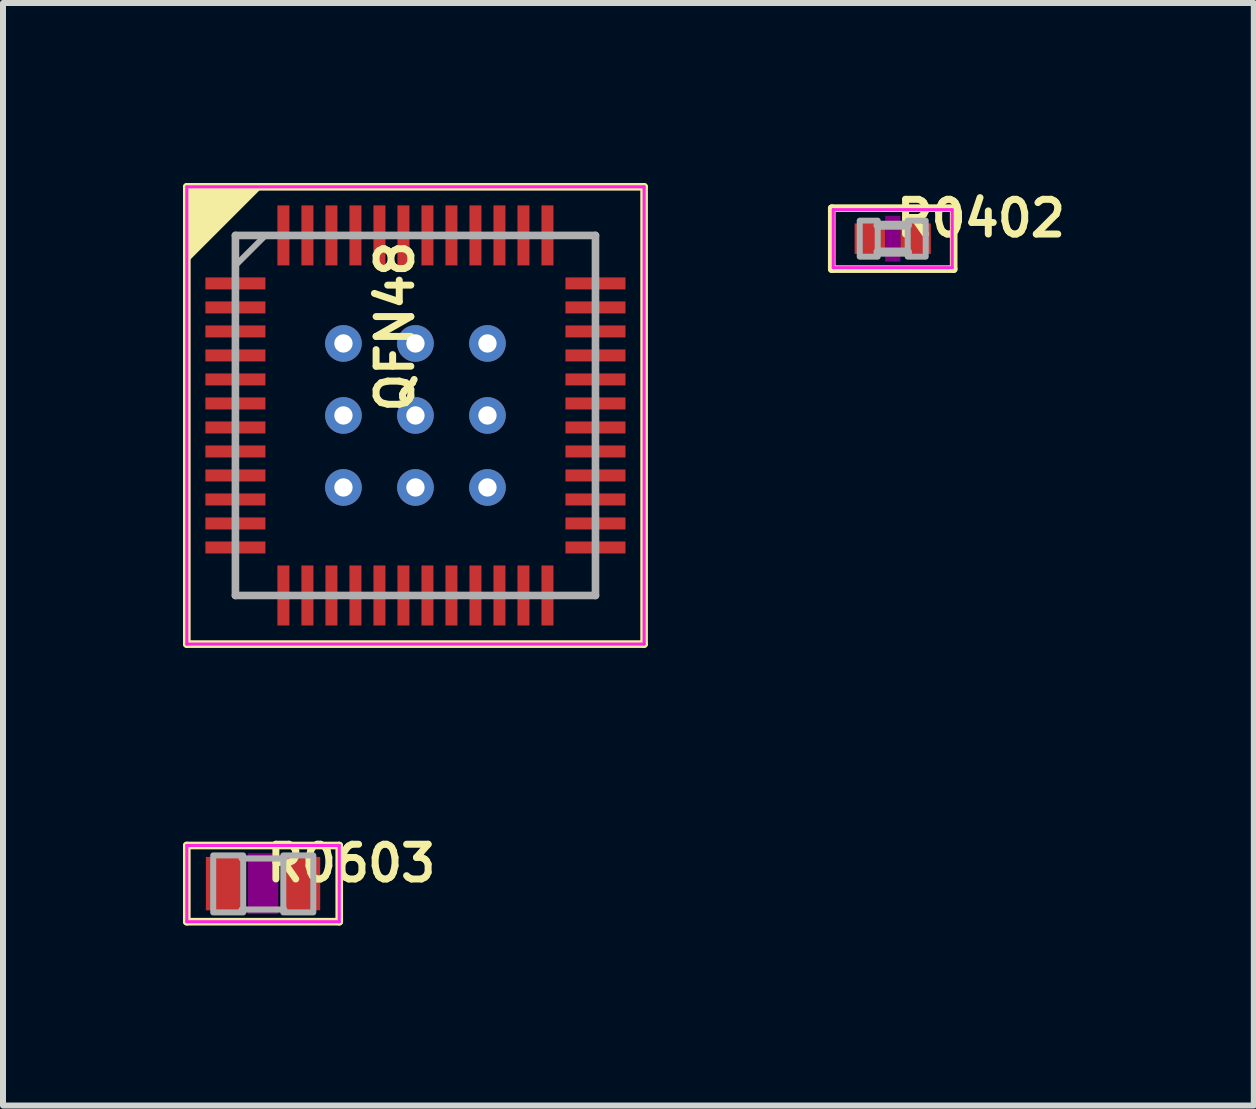
<source format=kicad_pcb>
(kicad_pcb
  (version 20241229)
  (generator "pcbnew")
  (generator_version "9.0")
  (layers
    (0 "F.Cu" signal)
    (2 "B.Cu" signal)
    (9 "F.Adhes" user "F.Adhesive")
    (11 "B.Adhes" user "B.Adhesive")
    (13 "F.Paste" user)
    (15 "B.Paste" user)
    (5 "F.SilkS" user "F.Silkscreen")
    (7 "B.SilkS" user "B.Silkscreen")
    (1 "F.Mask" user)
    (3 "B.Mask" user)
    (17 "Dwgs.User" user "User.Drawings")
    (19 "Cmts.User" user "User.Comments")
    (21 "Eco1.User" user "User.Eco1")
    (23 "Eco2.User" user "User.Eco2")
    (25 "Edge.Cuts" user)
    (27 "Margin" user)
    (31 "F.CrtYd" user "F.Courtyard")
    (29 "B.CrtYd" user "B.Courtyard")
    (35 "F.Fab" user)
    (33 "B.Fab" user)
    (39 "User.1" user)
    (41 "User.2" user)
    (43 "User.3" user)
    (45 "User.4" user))
  (footprint "R0603"
    (layer "F.Cu")
    (at 1.333 11.674)
    (property "Reference" "R0603" (at 0 0 0) (layer "F.SilkS") (effects (font (size 0.579 0.579) (thickness 0.116)) (justify left bottom)))
    (attr through_hole)
    (fp_line (start -1.27 -0.635) (end 1.27 -0.635) (stroke (width 0.127) (type solid)) (layer "F.SilkS"))
    (fp_line (start -1.27 0.635) (end -1.27 -0.635) (stroke (width 0.127) (type solid)) (layer "F.SilkS"))
    (fp_line (start 1.27 -0.635) (end 1.27 0.635) (stroke (width 0.127) (type solid)) (layer "F.SilkS"))
    (fp_line (start 1.27 0.635) (end -1.27 0.635) (stroke (width 0.127) (type solid)) (layer "F.SilkS"))
    (fp_poly (pts (xy -0.254 0.508) (xy 0.254 0.508) (xy 0.254 -0.508) (xy -0.254 -0.508)) (stroke (width 0) (type solid)) (fill yes) (layer "F.Adhes"))
    (fp_line (start -1.27 -0.635) (end -1.27 0.635) (stroke (width 0.051) (type solid)) (layer "F.CrtYd"))
    (fp_line (start -1.27 0.635) (end 1.27 0.635) (stroke (width 0.051) (type solid)) (layer "F.CrtYd"))
    (fp_line (start 1.27 -0.635) (end -1.27 -0.635) (stroke (width 0.051) (type solid)) (layer "F.CrtYd"))
    (fp_line (start 1.27 0.635) (end 1.27 -0.635) (stroke (width 0.051) (type solid)) (layer "F.CrtYd"))
    (fp_line (start 0.356 -0.419) (end -0.356 -0.419) (stroke (width 0.102) (type solid)) (layer "F.Fab"))
    (fp_line (start 0.356 0.432) (end -0.356 0.432) (stroke (width 0.102) (type solid)) (layer "F.Fab"))
    (fp_poly (pts (xy -0.33 -0.47) (xy -0.83 -0.47) (xy -0.83 0.48) (xy -0.33 0.48)) (stroke (width 0.1) (type solid)) (fill no) (layer "F.Fab"))
    (fp_poly (pts (xy 0.838 -0.47) (xy 0.338 -0.47) (xy 0.338 0.48) (xy 0.838 0.48)) (stroke (width 0.1) (type solid)) (fill no) (layer "F.Fab"))
    (pad "1" smd rect (at -0.635 0 90) (size 0.889 0.635) (layers "F.Cu" "F.Mask" "F.Paste"))
    (pad "2" smd rect (at 0.635 0 90) (size 0.889 0.635) (layers "F.Cu" "F.Mask" "F.Paste")))
  (footprint "QFN48"
    (layer "F.Cu")
    (at 3.873 3.873)
    (property "Reference" "QFN48" (at 0 0 90) (layer "F.SilkS") (effects (font (size 0.579 0.579) (thickness 0.116)) (justify left bottom)))
    (attr through_hole)
    (fp_poly (pts (xy -2.1 2.1) (xy 2.1 2.1) (xy 2.1 -2.1) (xy -2.1 -2.1)) (stroke (width 0) (type solid)) (fill yes) (layer "F.Mask"))
    (fp_poly (pts (xy -2.1 2.1) (xy 2.1 2.1) (xy 2.1 -2.1) (xy -2.1 -2.1)) (stroke (width 0) (type solid)) (fill yes) (layer "B.Mask"))
    (fp_line (start -3.81 -3.81) (end 3.81 -3.81) (stroke (width 0.127) (type solid)) (layer "F.SilkS"))
    (fp_line (start -3.81 3.81) (end -3.81 -3.81) (stroke (width 0.127) (type solid)) (layer "F.SilkS"))
    (fp_line (start 3.81 -3.81) (end 3.81 3.81) (stroke (width 0.127) (type solid)) (layer "F.SilkS"))
    (fp_line (start 3.81 3.81) (end -3.81 3.81) (stroke (width 0.127) (type solid)) (layer "F.SilkS"))
    (fp_poly (pts (xy -3.81 -3.81) (xy -3.81 -2.54) (xy -2.54 -3.81)) (stroke (width 0) (type solid)) (fill yes) (layer "F.SilkS"))
    (fp_poly (pts (xy -1.7 1.7) (xy 1.7 1.7) (xy 1.7 -1.7) (xy -1.7 -1.7)) (stroke (width 0) (type solid)) (fill yes) (layer "F.Paste"))
    (fp_line (start -3.81 -3.81) (end 3.81 -3.81) (stroke (width 0.051) (type solid)) (layer "F.CrtYd"))
    (fp_line (start -3.81 3.81) (end -3.81 -3.81) (stroke (width 0.051) (type solid)) (layer "F.CrtYd"))
    (fp_line (start 3.81 -3.81) (end 3.81 3.81) (stroke (width 0.051) (type solid)) (layer "F.CrtYd"))
    (fp_line (start 3.81 3.81) (end -3.81 3.81) (stroke (width 0.051) (type solid)) (layer "F.CrtYd"))
    (fp_line (start -3 -3) (end 3 -3) (stroke (width 0.127) (type solid)) (layer "F.Fab"))
    (fp_line (start -3 3) (end -3 -3) (stroke (width 0.127) (type solid)) (layer "F.Fab"))
    (fp_line (start 3 -3) (end 3 3) (stroke (width 0.127) (type solid)) (layer "F.Fab"))
    (fp_line (start 3 3) (end -3 3) (stroke (width 0.127) (type solid)) (layer "F.Fab"))
    (fp_poly (pts (xy -3 -3) (xy -3 -2.5) (xy -2.5 -3)) (stroke (width 0.1) (type solid)) (fill no) (layer "F.Fab"))
    (pad "1" smd rect (at -3 -2.2) (size 1 0.2) (layers "F.Cu" "F.Mask" "F.Paste"))
    (pad "2" smd rect (at -3 -1.8) (size 1 0.2) (layers "F.Cu" "F.Mask" "F.Paste"))
    (pad "3" smd rect (at -3 -1.4) (size 1 0.2) (layers "F.Cu" "F.Mask" "F.Paste"))
    (pad "4" smd rect (at -3 -1) (size 1 0.2) (layers "F.Cu" "F.Mask" "F.Paste"))
    (pad "5" smd rect (at -3 -0.6) (size 1 0.2) (layers "F.Cu" "F.Mask" "F.Paste"))
    (pad "6" smd rect (at -3 -0.2) (size 1 0.2) (layers "F.Cu" "F.Mask" "F.Paste"))
    (pad "7" smd rect (at -3 0.2) (size 1 0.2) (layers "F.Cu" "F.Mask" "F.Paste"))
    (pad "8" smd rect (at -3 0.6) (size 1 0.2) (layers "F.Cu" "F.Mask" "F.Paste"))
    (pad "9" smd rect (at -3 1) (size 1 0.2) (layers "F.Cu" "F.Mask" "F.Paste"))
    (pad "10" smd rect (at -3 1.4) (size 1 0.2) (layers "F.Cu" "F.Mask" "F.Paste"))
    (pad "11" smd rect (at -3 1.8) (size 1 0.2) (layers "F.Cu" "F.Mask" "F.Paste"))
    (pad "12" smd rect (at -3 2.2) (size 1 0.2) (layers "F.Cu" "F.Mask" "F.Paste"))
    (pad "13" smd rect (at -2.2 3 90) (size 1 0.2) (layers "F.Cu" "F.Mask" "F.Paste"))
    (pad "14" smd rect (at -1.8 3 90) (size 1 0.2) (layers "F.Cu" "F.Mask" "F.Paste"))
    (pad "15" smd rect (at -1.4 3 90) (size 1 0.2) (layers "F.Cu" "F.Mask" "F.Paste"))
    (pad "16" smd rect (at -1 3 90) (size 1 0.2) (layers "F.Cu" "F.Mask" "F.Paste"))
    (pad "17" smd rect (at -0.6 3 90) (size 1 0.2) (layers "F.Cu" "F.Mask" "F.Paste"))
    (pad "18" smd rect (at -0.2 3 90) (size 1 0.2) (layers "F.Cu" "F.Mask" "F.Paste"))
    (pad "19" smd rect (at 0.2 3 90) (size 1 0.2) (layers "F.Cu" "F.Mask" "F.Paste"))
    (pad "20" smd rect (at 0.6 3 90) (size 1 0.2) (layers "F.Cu" "F.Mask" "F.Paste"))
    (pad "21" smd rect (at 1 3 90) (size 1 0.2) (layers "F.Cu" "F.Mask" "F.Paste"))
    (pad "22" smd rect (at 1.4 3 90) (size 1 0.2) (layers "F.Cu" "F.Mask" "F.Paste"))
    (pad "23" smd rect (at 1.8 3 90) (size 1 0.2) (layers "F.Cu" "F.Mask" "F.Paste"))
    (pad "24" smd rect (at 2.2 3 90) (size 1 0.2) (layers "F.Cu" "F.Mask" "F.Paste"))
    (pad "25" smd rect (at 3 2.2 180) (size 1 0.2) (layers "F.Cu" "F.Mask" "F.Paste"))
    (pad "26" smd rect (at 3 1.8 180) (size 1 0.2) (layers "F.Cu" "F.Mask" "F.Paste"))
    (pad "27" smd rect (at 3 1.4 180) (size 1 0.2) (layers "F.Cu" "F.Mask" "F.Paste"))
    (pad "28" smd rect (at 3 1 180) (size 1 0.2) (layers "F.Cu" "F.Mask" "F.Paste"))
    (pad "29" smd rect (at 3 0.6 180) (size 1 0.2) (layers "F.Cu" "F.Mask" "F.Paste"))
    (pad "30" smd rect (at 3 0.2 180) (size 1 0.2) (layers "F.Cu" "F.Mask" "F.Paste"))
    (pad "31" smd rect (at 3 -0.2 180) (size 1 0.2) (layers "F.Cu" "F.Mask" "F.Paste"))
    (pad "32" smd rect (at 3 -0.6 180) (size 1 0.2) (layers "F.Cu" "F.Mask" "F.Paste"))
    (pad "33" smd rect (at 3 -1 180) (size 1 0.2) (layers "F.Cu" "F.Mask" "F.Paste"))
    (pad "34" smd rect (at 3 -1.4 180) (size 1 0.2) (layers "F.Cu" "F.Mask" "F.Paste"))
    (pad "35" smd rect (at 3 -1.8 180) (size 1 0.2) (layers "F.Cu" "F.Mask" "F.Paste"))
    (pad "36" smd rect (at 3 -2.2 180) (size 1 0.2) (layers "F.Cu" "F.Mask" "F.Paste"))
    (pad "37" smd rect (at 2.2 -3 270) (size 1 0.2) (layers "F.Cu" "F.Mask" "F.Paste"))
    (pad "38" smd rect (at 1.8 -3 270) (size 1 0.2) (layers "F.Cu" "F.Mask" "F.Paste"))
    (pad "39" smd rect (at 1.4 -3 270) (size 1 0.2) (layers "F.Cu" "F.Mask" "F.Paste"))
    (pad "40" smd rect (at 1 -3 270) (size 1 0.2) (layers "F.Cu" "F.Mask" "F.Paste"))
    (pad "41" smd rect (at 0.6 -3 270) (size 1 0.2) (layers "F.Cu" "F.Mask" "F.Paste"))
    (pad "42" smd rect (at 0.2 -3 270) (size 1 0.2) (layers "F.Cu" "F.Mask" "F.Paste"))
    (pad "43" smd rect (at -0.2 -3 270) (size 1 0.2) (layers "F.Cu" "F.Mask" "F.Paste"))
    (pad "44" smd rect (at -0.6 -3 270) (size 1 0.2) (layers "F.Cu" "F.Mask" "F.Paste"))
    (pad "45" smd rect (at -1 -3 270) (size 1 0.2) (layers "F.Cu" "F.Mask" "F.Paste"))
    (pad "46" smd rect (at -1.4 -3 270) (size 1 0.2) (layers "F.Cu" "F.Mask" "F.Paste"))
    (pad "47" smd rect (at -1.8 -3 270) (size 1 0.2) (layers "F.Cu" "F.Mask" "F.Paste"))
    (pad "48" smd rect (at -2.2 -3 270) (size 1 0.2) (layers "F.Cu" "F.Mask" "F.Paste"))
    (pad "GND$1" thru_hole circle (at -1.2 -1.2) (size 0.61 0.61) (drill 0.305) (layers "*.Cu" "*.Mask"))
    (pad "GND$2" thru_hole circle (at 0 -1.2) (size 0.61 0.61) (drill 0.305) (layers "*.Cu" "*.Mask"))
    (pad "GND$3" thru_hole circle (at 1.2 -1.2) (size 0.61 0.61) (drill 0.305) (layers "*.Cu" "*.Mask"))
    (pad "GND$4" thru_hole circle (at -1.2 0) (size 0.61 0.61) (drill 0.305) (layers "*.Cu" "*.Mask"))
    (pad "GND$5" thru_hole circle (at 0 0) (size 0.61 0.61) (drill 0.305) (layers "*.Cu" "*.Mask"))
    (pad "GND$6" thru_hole circle (at 1.2 0) (size 0.61 0.61) (drill 0.305) (layers "*.Cu" "*.Mask"))
    (pad "GND$7" thru_hole circle (at -1.2 1.2) (size 0.61 0.61) (drill 0.305) (layers "*.Cu" "*.Mask"))
    (pad "GND$8" thru_hole circle (at 0 1.2) (size 0.61 0.61) (drill 0.305) (layers "*.Cu" "*.Mask"))
    (pad "GND$9" thru_hole circle (at 1.2 1.2) (size 0.61 0.61) (drill 0.305) (layers "*.Cu" "*.Mask")))
  (footprint "R0402"
    (layer "F.Cu")
    (at 11.826 0.927)
    (property "Reference" "R0402" (at 0 0 180) (layer "F.SilkS") (effects (font (size 0.579 0.579) (thickness 0.116)) (justify left bottom)))
    (attr through_hole)
    (fp_line (start -1.016 -0.508) (end -1.016 0.508) (stroke (width 0.127) (type solid)) (layer "F.SilkS"))
    (fp_line (start -1.016 0.508) (end 1.016 0.508) (stroke (width 0.127) (type solid)) (layer "F.SilkS"))
    (fp_line (start 1.016 -0.508) (end -1.016 -0.508) (stroke (width 0.127) (type solid)) (layer "F.SilkS"))
    (fp_line (start 1.016 0.508) (end 1.016 -0.508) (stroke (width 0.127) (type solid)) (layer "F.SilkS"))
    (fp_poly (pts (xy -0.127 0.381) (xy 0.127 0.381) (xy 0.127 -0.381) (xy -0.127 -0.381)) (stroke (width 0) (type solid)) (fill yes) (layer "F.Adhes"))
    (fp_line (start -0.991 -0.483) (end 0.991 -0.483) (stroke (width 0.051) (type solid)) (layer "F.CrtYd"))
    (fp_line (start -0.991 0.483) (end -0.991 -0.483) (stroke (width 0.051) (type solid)) (layer "F.CrtYd"))
    (fp_line (start 0.991 -0.483) (end 0.991 0.483) (stroke (width 0.051) (type solid)) (layer "F.CrtYd"))
    (fp_line (start 0.991 0.483) (end -0.991 0.483) (stroke (width 0.051) (type solid)) (layer "F.CrtYd"))
    (fp_line (start -0.245 -0.224) (end 0.245 -0.224) (stroke (width 0.15) (type solid)) (layer "F.Fab"))
    (fp_line (start 0.245 0.224) (end -0.245 0.224) (stroke (width 0.152) (type solid)) (layer "F.Fab"))
    (fp_poly (pts (xy -0.55 0.3) (xy -0.25 0.3) (xy -0.25 -0.3) (xy -0.55 -0.3)) (stroke (width 0.1) (type solid)) (fill no) (layer "F.Fab"))
    (fp_poly (pts (xy 0.25 0.3) (xy 0.55 0.3) (xy 0.55 -0.3) (xy 0.25 -0.3)) (stroke (width 0.1) (type solid)) (fill no) (layer "F.Fab"))
    (pad "1" smd rect (at -0.381 0) (size 0.508 0.508) (layers "F.Cu" "F.Mask" "F.Paste"))
    (pad "2" smd rect (at 0.381 0) (size 0.508 0.508) (layers "F.Cu" "F.Mask" "F.Paste")))
  (gr_rect
    (start -3 -3)
    (end 17.843 15.372)
    (stroke (width 0.1) (type default))
    (fill no)
    (layer "Edge.Cuts")))
</source>
